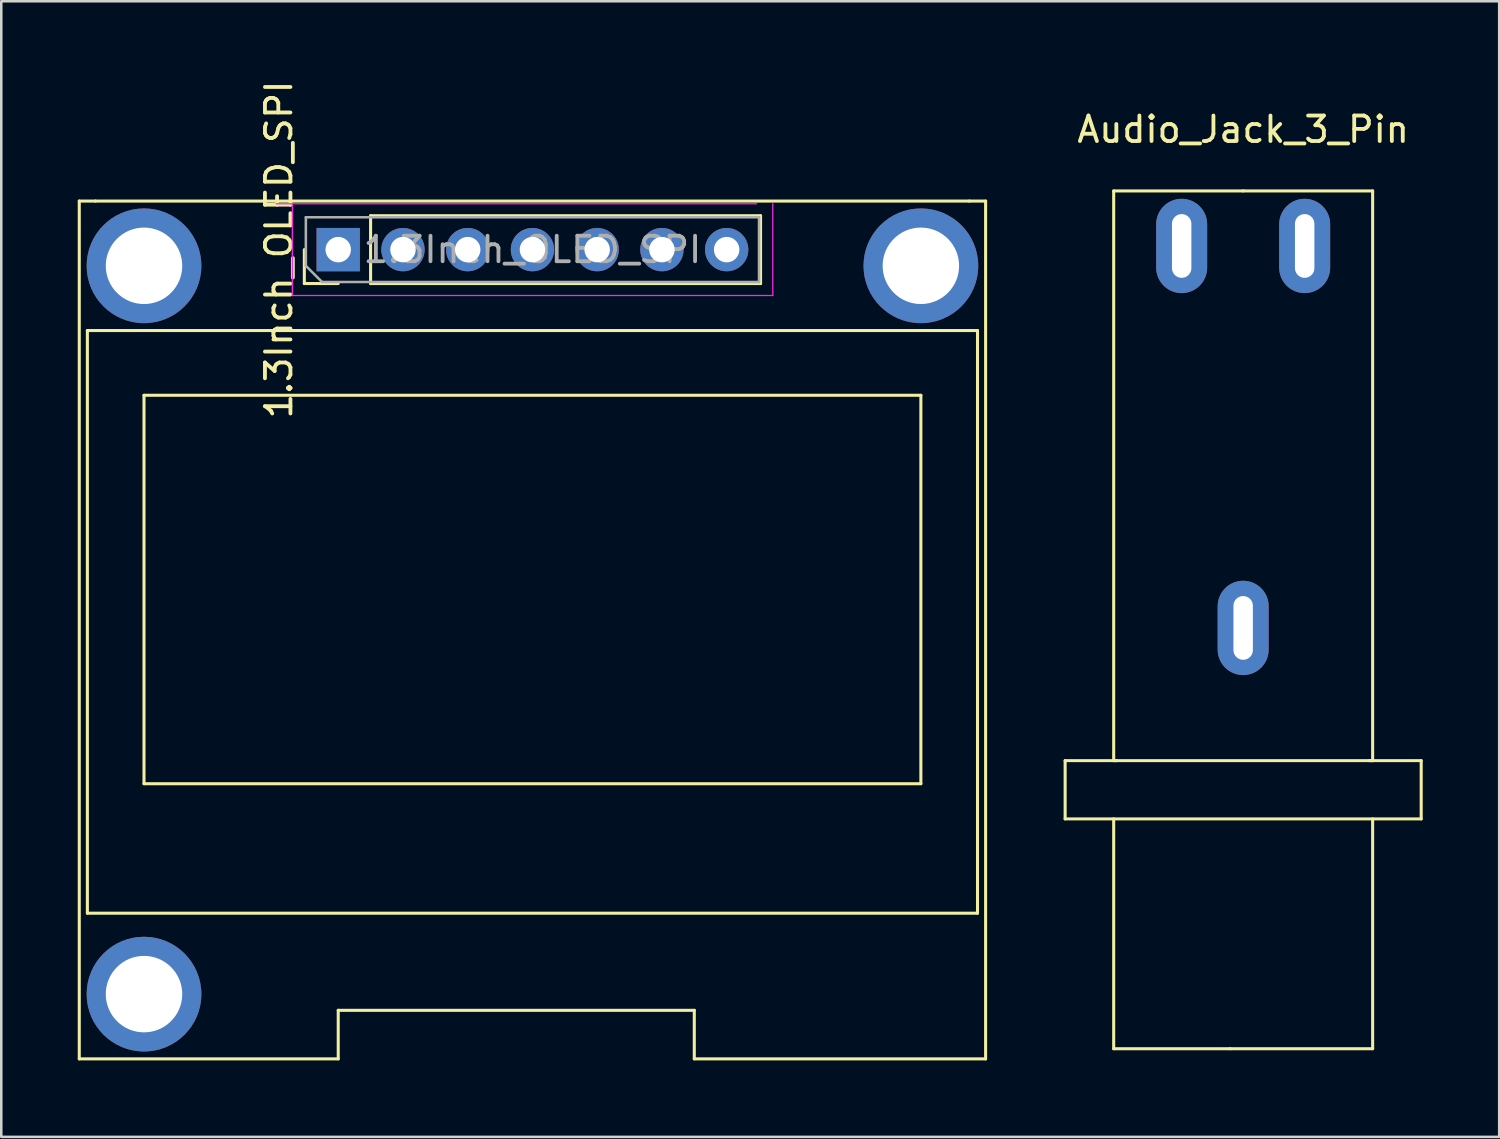
<source format=kicad_pcb>
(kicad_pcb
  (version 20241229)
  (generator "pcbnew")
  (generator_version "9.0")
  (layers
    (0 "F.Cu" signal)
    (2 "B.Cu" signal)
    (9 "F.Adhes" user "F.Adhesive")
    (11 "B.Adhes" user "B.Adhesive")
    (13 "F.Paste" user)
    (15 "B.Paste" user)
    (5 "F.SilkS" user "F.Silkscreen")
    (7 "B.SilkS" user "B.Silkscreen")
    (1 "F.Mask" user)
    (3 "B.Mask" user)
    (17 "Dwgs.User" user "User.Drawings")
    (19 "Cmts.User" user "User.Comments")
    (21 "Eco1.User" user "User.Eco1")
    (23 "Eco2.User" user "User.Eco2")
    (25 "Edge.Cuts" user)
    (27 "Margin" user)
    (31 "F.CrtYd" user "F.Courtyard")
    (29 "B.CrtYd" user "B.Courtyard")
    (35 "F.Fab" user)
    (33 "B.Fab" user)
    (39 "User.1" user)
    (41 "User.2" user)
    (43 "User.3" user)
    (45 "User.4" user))
  (footprint "Audio_Jack_3_Pin"
    (layer "F.Cu")
    (at 45.725 0.25)
    (property "Reference" "Audio_Jack_3_Pin" (at 0 1.778 0) (layer "F.SilkS") (effects (font (size 1 1) (thickness 0.15))))
    (attr through_hole)
    (fp_line (start -6.985 28.829) (end -6.985 26.543) (stroke (width 0.12) (type solid)) (layer "F.SilkS"))
    (fp_line (start -5.08 26.543) (end -5.08 4.191) (stroke (width 0.12) (type solid)) (layer "F.SilkS"))
    (fp_line (start -5.08 26.543) (end 5.08 26.543) (stroke (width 0.12) (type solid)) (layer "F.SilkS"))
    (fp_line (start -5.08 37.846) (end -5.08 28.829) (stroke (width 0.12) (type solid)) (layer "F.SilkS"))
    (fp_line (start -5.08 37.846) (end -0.508 37.846) (stroke (width 0.12) (type solid)) (layer "F.SilkS"))
    (fp_line (start -4.953 26.543) (end -6.985 26.543) (stroke (width 0.12) (type solid)) (layer "F.SilkS"))
    (fp_line (start -0.508 37.846) (end 5.08 37.846) (stroke (width 0.12) (type solid)) (layer "F.SilkS"))
    (fp_line (start 0 4.191) (end -5.08 4.191) (stroke (width 0.12) (type solid)) (layer "F.SilkS"))
    (fp_line (start 0 4.191) (end 5.08 4.191) (stroke (width 0.12) (type solid)) (layer "F.SilkS"))
    (fp_line (start 4.953 26.543) (end 6.985 26.543) (stroke (width 0.12) (type solid)) (layer "F.SilkS"))
    (fp_line (start 5.08 26.543) (end 5.08 4.191) (stroke (width 0.12) (type solid)) (layer "F.SilkS"))
    (fp_line (start 5.08 37.846) (end 5.08 28.829) (stroke (width 0.12) (type solid)) (layer "F.SilkS"))
    (fp_line (start 6.985 26.543) (end 6.985 28.829) (stroke (width 0.12) (type solid)) (layer "F.SilkS"))
    (fp_line (start 6.985 28.829) (end -6.985 28.829) (stroke (width 0.12) (type solid)) (layer "F.SilkS"))
    (pad "R" thru_hole oval (at -2.413 6.35) (size 2 3.7) (drill oval 0.762 2.5) (layers "*.Cu" "*.Mask"))
    (pad "S" thru_hole oval (at 0 21.336) (size 2 3.7) (drill oval 0.762 2.5) (layers "*.Cu" "*.Mask"))
    (pad "T" thru_hole oval (at 2.413 6.35) (size 2 3.7) (drill oval 0.762 2.5) (layers "*.Cu" "*.Mask")))
  (footprint "1.3Inch_OLED_SPI"
    (layer "F.Cu")
    (at 17.84 6.744)
    (property "Reference" "1.3Inch_OLED_SPI" (at -9.95 0 90) (layer "F.SilkS") (effects (font (size 1 1) (thickness 0.15))))
    (attr through_hole)
    (fp_line (start -17.78 31.75) (end -17.78 -1.905) (stroke (width 0.12) (type solid)) (layer "F.SilkS"))
    (fp_line (start -17.462 26.035) (end -17.462 3.175) (stroke (width 0.12) (type solid)) (layer "F.SilkS"))
    (fp_line (start -17.145 -1.905) (end -17.78 -1.905) (stroke (width 0.12) (type solid)) (layer "F.SilkS"))
    (fp_line (start -17.145 -1.905) (end 17.145 -1.905) (stroke (width 0.12) (type solid)) (layer "F.SilkS"))
    (fp_line (start -17.145 3.175) (end -17.462 3.175) (stroke (width 0.12) (type solid)) (layer "F.SilkS"))
    (fp_line (start -15.875 3.175) (end -17.145 3.175) (stroke (width 0.12) (type solid)) (layer "F.SilkS"))
    (fp_line (start -15.875 3.175) (end 15.875 3.175) (stroke (width 0.12) (type solid)) (layer "F.SilkS"))
    (fp_line (start -15.24 5.715) (end -15.24 20.955) (stroke (width 0.12) (type solid)) (layer "F.SilkS"))
    (fp_line (start -15.24 20.955) (end 15.24 20.955) (stroke (width 0.12) (type solid)) (layer "F.SilkS"))
    (fp_line (start -8.95 1.33) (end -8.95 0) (stroke (width 0.12) (type solid)) (layer "F.SilkS"))
    (fp_line (start -7.62 1.33) (end -8.95 1.33) (stroke (width 0.12) (type solid)) (layer "F.SilkS"))
    (fp_line (start -7.62 29.845) (end 6.35 29.845) (stroke (width 0.12) (type solid)) (layer "F.SilkS"))
    (fp_line (start -7.62 31.75) (end -17.78 31.75) (stroke (width 0.12) (type solid)) (layer "F.SilkS"))
    (fp_line (start -7.62 31.75) (end -7.62 29.845) (stroke (width 0.12) (type solid)) (layer "F.SilkS"))
    (fp_line (start -6.35 -1.33) (end 8.95 -1.33) (stroke (width 0.12) (type solid)) (layer "F.SilkS"))
    (fp_line (start -6.35 1.33) (end -6.35 -1.33) (stroke (width 0.12) (type solid)) (layer "F.SilkS"))
    (fp_line (start -6.35 1.33) (end 8.95 1.33) (stroke (width 0.12) (type solid)) (layer "F.SilkS"))
    (fp_line (start 6.35 29.845) (end 6.35 31.75) (stroke (width 0.12) (type solid)) (layer "F.SilkS"))
    (fp_line (start 6.35 31.75) (end 17.78 31.75) (stroke (width 0.12) (type solid)) (layer "F.SilkS"))
    (fp_line (start 8.95 1.33) (end 8.95 -1.33) (stroke (width 0.12) (type solid)) (layer "F.SilkS"))
    (fp_line (start 15.24 5.715) (end -15.24 5.715) (stroke (width 0.12) (type solid)) (layer "F.SilkS"))
    (fp_line (start 15.24 5.715) (end 15.24 20.955) (stroke (width 0.12) (type solid)) (layer "F.SilkS"))
    (fp_line (start 15.875 3.175) (end 17.145 3.175) (stroke (width 0.12) (type solid)) (layer "F.SilkS"))
    (fp_line (start 17.145 -1.905) (end 17.78 -1.905) (stroke (width 0.12) (type solid)) (layer "F.SilkS"))
    (fp_line (start 17.145 3.175) (end 17.462 3.175) (stroke (width 0.12) (type solid)) (layer "F.SilkS"))
    (fp_line (start 17.462 3.175) (end 17.462 25.4) (stroke (width 0.12) (type solid)) (layer "F.SilkS"))
    (fp_line (start 17.462 25.4) (end 17.462 26.035) (stroke (width 0.12) (type solid)) (layer "F.SilkS"))
    (fp_line (start 17.462 26.035) (end -17.462 26.035) (stroke (width 0.12) (type solid)) (layer "F.SilkS"))
    (fp_line (start 17.78 -1.905) (end 17.78 31.75) (stroke (width 0.12) (type solid)) (layer "F.SilkS"))
    (fp_line (start -9.42 -1.8) (end -9.42 1.8) (stroke (width 0.05) (type solid)) (layer "F.CrtYd"))
    (fp_line (start -9.42 1.8) (end 9.43 1.8) (stroke (width 0.05) (type solid)) (layer "F.CrtYd"))
    (fp_line (start 8.795 -1.8) (end -10.055 -1.8) (stroke (width 0.05) (type solid)) (layer "F.CrtYd"))
    (fp_line (start 9.43 1.8) (end 9.43 -1.8) (stroke (width 0.05) (type solid)) (layer "F.CrtYd"))
    (fp_line (start -8.89 -1.27) (end 8.89 -1.27) (stroke (width 0.1) (type solid)) (layer "F.Fab"))
    (fp_line (start -8.89 0.635) (end -8.89 -1.27) (stroke (width 0.1) (type solid)) (layer "F.Fab"))
    (fp_line (start -8.255 1.27) (end -8.89 0.635) (stroke (width 0.1) (type solid)) (layer "F.Fab"))
    (fp_line (start 8.89 -1.27) (end 8.89 1.27) (stroke (width 0.1) (type solid)) (layer "F.Fab"))
    (fp_line (start 8.89 1.27) (end -8.255 1.27) (stroke (width 0.1) (type solid)) (layer "F.Fab"))
    (fp_text user "${REFERENCE}" (at 0 0 180) (layer "F.Fab") (effects (font (size 1 1) (thickness 0.15))))
    (pad "" np_thru_hole circle (at -15.24 0.635) (size 4.5 4.5) (drill 3) (layers "*.Cu" "*.Mask"))
    (pad "" np_thru_hole circle (at -15.24 29.21) (size 4.5 4.5) (drill 3) (layers "*.Cu" "*.Mask"))
    (pad "" np_thru_hole circle (at 15.24 0.635) (size 4.5 4.5) (drill 3) (layers "*.Cu" "*.Mask"))
    (pad "1" thru_hole rect (at -7.62 0 90) (size 1.7 1.7) (drill 1) (layers "*.Cu" "*.Mask"))
    (pad "2" thru_hole oval (at -5.08 0 90) (size 1.7 1.7) (drill 1) (layers "*.Cu" "*.Mask"))
    (pad "3" thru_hole oval (at -2.54 0 90) (size 1.7 1.7) (drill 1) (layers "*.Cu" "*.Mask"))
    (pad "4" thru_hole oval (at 0 0 90) (size 1.7 1.7) (drill 1) (layers "*.Cu" "*.Mask"))
    (pad "5" thru_hole oval (at 2.54 0 90) (size 1.7 1.7) (drill 1) (layers "*.Cu" "*.Mask"))
    (pad "6" thru_hole oval (at 5.08 0 90) (size 1.7 1.7) (drill 1) (layers "*.Cu" "*.Mask"))
    (pad "7" thru_hole oval (at 7.62 0 90) (size 1.7 1.7) (drill 1) (layers "*.Cu" "*.Mask")))
  (gr_rect
    (start -3 -3)
    (end 55.77 41.554)
    (stroke (width 0.1) (type default))
    (fill no)
    (layer "Edge.Cuts")))
</source>
